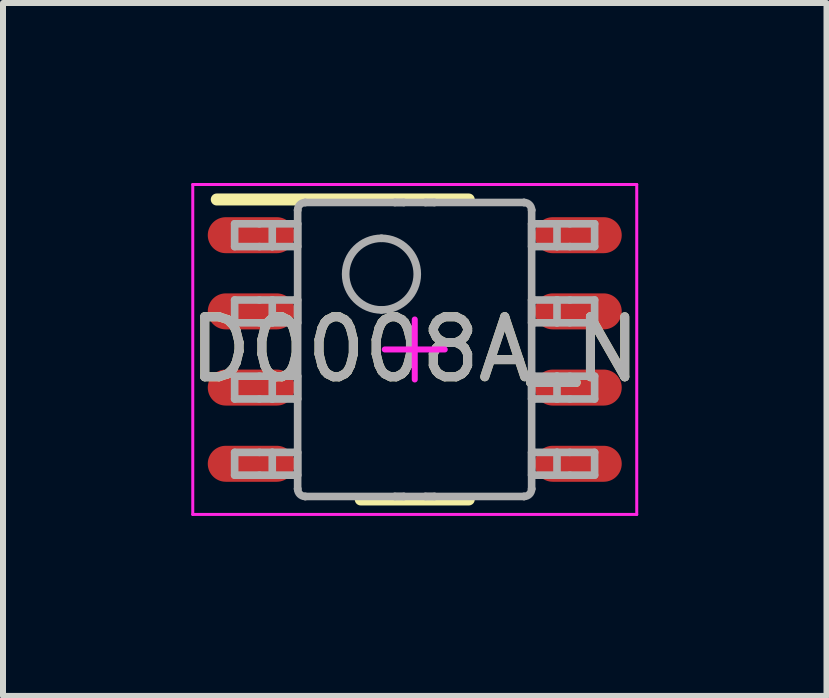
<source format=kicad_pcb>
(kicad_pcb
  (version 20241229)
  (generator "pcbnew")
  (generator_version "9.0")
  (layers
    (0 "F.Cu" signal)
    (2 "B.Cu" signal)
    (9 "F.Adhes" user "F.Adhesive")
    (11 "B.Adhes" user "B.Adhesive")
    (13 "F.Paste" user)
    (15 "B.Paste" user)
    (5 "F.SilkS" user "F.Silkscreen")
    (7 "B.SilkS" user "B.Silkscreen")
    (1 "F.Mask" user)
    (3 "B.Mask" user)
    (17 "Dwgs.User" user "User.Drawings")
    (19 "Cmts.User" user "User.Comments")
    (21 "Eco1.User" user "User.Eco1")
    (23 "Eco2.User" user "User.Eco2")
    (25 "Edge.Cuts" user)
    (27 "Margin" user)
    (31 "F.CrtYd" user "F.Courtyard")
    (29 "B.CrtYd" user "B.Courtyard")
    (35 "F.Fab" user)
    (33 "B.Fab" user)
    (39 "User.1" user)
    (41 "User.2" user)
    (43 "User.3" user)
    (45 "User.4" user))
  (footprint "D0008A_N"
    (layer "F.Cu")
    (at 3.863 2.775)
    (property "Reference" "D0008A_N" (at 0 0 0) (unlocked yes) (layer "F.SilkS") (effects (font (size 1 1) (thickness 0.15))))
    (attr smd)
    (fp_line (start -3.3 -2.5) (end 0.9 -2.5) (stroke (width 0.2) (type solid)) (layer "F.SilkS"))
    (fp_line (start -0.9 2.5) (end 0.9 2.5) (stroke (width 0.2) (type solid)) (layer "F.SilkS"))
    (fp_line (start -3.7 -2.75) (end 3.7 -2.75) (stroke (width 0.05) (type solid)) (layer "F.CrtYd"))
    (fp_line (start -3.7 2.75) (end -3.7 -2.75) (stroke (width 0.05) (type solid)) (layer "F.CrtYd"))
    (fp_line (start -3.7 2.75) (end 3.7 2.75) (stroke (width 0.05) (type solid)) (layer "F.CrtYd"))
    (fp_line (start -0.5 0) (end 0.5 0) (stroke (width 0.1) (type solid)) (layer "F.CrtYd"))
    (fp_line (start 0 0.5) (end 0 -0.5) (stroke (width 0.1) (type solid)) (layer "F.CrtYd"))
    (fp_line (start 3.7 2.75) (end 3.7 -2.75) (stroke (width 0.05) (type solid)) (layer "F.CrtYd"))
    (fp_line (start -3.002 -2.095) (end -2.589 -2.095) (stroke (width 0.127) (type solid)) (layer "F.Fab"))
    (fp_line (start -3.002 -1.715) (end -3.002 -2.095) (stroke (width 0.127) (type solid)) (layer "F.Fab"))
    (fp_line (start -3.002 -1.715) (end -2.589 -1.715) (stroke (width 0.127) (type solid)) (layer "F.Fab"))
    (fp_line (start -3.002 -0.825) (end -2.589 -0.825) (stroke (width 0.127) (type solid)) (layer "F.Fab"))
    (fp_line (start -3.002 -0.445) (end -3.002 -0.825) (stroke (width 0.127) (type solid)) (layer "F.Fab"))
    (fp_line (start -3.002 -0.445) (end -2.589 -0.445) (stroke (width 0.127) (type solid)) (layer "F.Fab"))
    (fp_line (start -3.002 0.445) (end -2.589 0.445) (stroke (width 0.127) (type solid)) (layer "F.Fab"))
    (fp_line (start -3.002 0.825) (end -3.002 0.445) (stroke (width 0.127) (type solid)) (layer "F.Fab"))
    (fp_line (start -3.002 0.825) (end -2.589 0.825) (stroke (width 0.127) (type solid)) (layer "F.Fab"))
    (fp_line (start -3.002 1.715) (end -2.589 1.715) (stroke (width 0.127) (type solid)) (layer "F.Fab"))
    (fp_line (start -3.002 2.095) (end -3.002 1.715) (stroke (width 0.127) (type solid)) (layer "F.Fab"))
    (fp_line (start -3.002 2.095) (end -2.589 2.095) (stroke (width 0.127) (type solid)) (layer "F.Fab"))
    (fp_line (start -2.589 -2.095) (end -2.375 -2.095) (stroke (width 0.127) (type solid)) (layer "F.Fab"))
    (fp_line (start -2.589 -1.715) (end -2.375 -1.715) (stroke (width 0.127) (type solid)) (layer "F.Fab"))
    (fp_line (start -2.589 -0.825) (end -2.375 -0.825) (stroke (width 0.127) (type solid)) (layer "F.Fab"))
    (fp_line (start -2.589 -0.445) (end -2.375 -0.445) (stroke (width 0.127) (type solid)) (layer "F.Fab"))
    (fp_line (start -2.589 0.445) (end -2.375 0.445) (stroke (width 0.127) (type solid)) (layer "F.Fab"))
    (fp_line (start -2.589 0.825) (end -2.375 0.825) (stroke (width 0.127) (type solid)) (layer "F.Fab"))
    (fp_line (start -2.589 1.715) (end -2.375 1.715) (stroke (width 0.127) (type solid)) (layer "F.Fab"))
    (fp_line (start -2.589 2.095) (end -2.375 2.095) (stroke (width 0.127) (type solid)) (layer "F.Fab"))
    (fp_line (start -2.375 -2.095) (end -1.995 -2.095) (stroke (width 0.127) (type solid)) (layer "F.Fab"))
    (fp_line (start -2.375 -1.715) (end -2.375 -2.095) (stroke (width 0.127) (type solid)) (layer "F.Fab"))
    (fp_line (start -2.375 -1.715) (end -1.995 -1.715) (stroke (width 0.127) (type solid)) (layer "F.Fab"))
    (fp_line (start -2.375 -0.825) (end -1.995 -0.825) (stroke (width 0.127) (type solid)) (layer "F.Fab"))
    (fp_line (start -2.375 -0.445) (end -2.375 -0.825) (stroke (width 0.127) (type solid)) (layer "F.Fab"))
    (fp_line (start -2.375 -0.445) (end -1.995 -0.445) (stroke (width 0.127) (type solid)) (layer "F.Fab"))
    (fp_line (start -2.375 0.445) (end -1.995 0.445) (stroke (width 0.127) (type solid)) (layer "F.Fab"))
    (fp_line (start -2.375 0.825) (end -2.375 0.445) (stroke (width 0.127) (type solid)) (layer "F.Fab"))
    (fp_line (start -2.375 0.825) (end -1.995 0.825) (stroke (width 0.127) (type solid)) (layer "F.Fab"))
    (fp_line (start -2.375 1.715) (end -1.995 1.715) (stroke (width 0.127) (type solid)) (layer "F.Fab"))
    (fp_line (start -2.375 2.095) (end -2.375 1.715) (stroke (width 0.127) (type solid)) (layer "F.Fab"))
    (fp_line (start -2.375 2.095) (end -1.995 2.095) (stroke (width 0.127) (type solid)) (layer "F.Fab"))
    (fp_line (start -1.995 -2.095) (end -1.952 -2.095) (stroke (width 0.127) (type solid)) (layer "F.Fab"))
    (fp_line (start -1.995 -1.715) (end -1.952 -1.715) (stroke (width 0.127) (type solid)) (layer "F.Fab"))
    (fp_line (start -1.995 -0.825) (end -1.952 -0.825) (stroke (width 0.127) (type solid)) (layer "F.Fab"))
    (fp_line (start -1.995 -0.445) (end -1.952 -0.445) (stroke (width 0.127) (type solid)) (layer "F.Fab"))
    (fp_line (start -1.995 0.445) (end -1.952 0.445) (stroke (width 0.127) (type solid)) (layer "F.Fab"))
    (fp_line (start -1.995 0.825) (end -1.952 0.825) (stroke (width 0.127) (type solid)) (layer "F.Fab"))
    (fp_line (start -1.995 1.715) (end -1.952 1.715) (stroke (width 0.127) (type solid)) (layer "F.Fab"))
    (fp_line (start -1.995 2.095) (end -1.952 2.095) (stroke (width 0.127) (type solid)) (layer "F.Fab"))
    (fp_line (start -1.952 -2.323) (end -1.952 -2.324) (stroke (width 0.127) (type solid)) (layer "F.Fab"))
    (fp_line (start -1.952 -1.715) (end -1.952 -2.095) (stroke (width 0.127) (type solid)) (layer "F.Fab"))
    (fp_line (start -1.952 -0.445) (end -1.952 -0.825) (stroke (width 0.127) (type solid)) (layer "F.Fab"))
    (fp_line (start -1.952 0.825) (end -1.952 0.445) (stroke (width 0.127) (type solid)) (layer "F.Fab"))
    (fp_line (start -1.952 2.095) (end -1.952 1.715) (stroke (width 0.127) (type solid)) (layer "F.Fab"))
    (fp_line (start -1.952 2.323) (end -1.952 -2.323) (stroke (width 0.127) (type solid)) (layer "F.Fab"))
    (fp_line (start -1.952 2.324) (end -1.952 2.323) (stroke (width 0.127) (type solid)) (layer "F.Fab"))
    (fp_line (start -1.826 -2.45) (end -1.825 -2.45) (stroke (width 0.127) (type solid)) (layer "F.Fab"))
    (fp_line (start -1.826 2.45) (end -1.825 2.45) (stroke (width 0.127) (type solid)) (layer "F.Fab"))
    (fp_line (start -1.825 -2.45) (end -0.332 -2.45) (stroke (width 0.127) (type solid)) (layer "F.Fab"))
    (fp_line (start -1.825 2.45) (end -0.332 2.45) (stroke (width 0.127) (type solid)) (layer "F.Fab"))
    (fp_line (start -0.332 -2.45) (end -0.182 -2.45) (stroke (width 0.127) (type solid)) (layer "F.Fab"))
    (fp_line (start -0.332 -2.45) (end -0.182 -2.45) (stroke (width 0.127) (type solid)) (layer "F.Fab"))
    (fp_line (start -0.332 2.45) (end -0.182 2.45) (stroke (width 0.127) (type solid)) (layer "F.Fab"))
    (fp_line (start -0.332 2.45) (end -0.182 2.45) (stroke (width 0.127) (type solid)) (layer "F.Fab"))
    (fp_line (start -0.182 -2.45) (end 0.178 -2.45) (stroke (width 0.127) (type solid)) (layer "F.Fab"))
    (fp_line (start -0.182 2.45) (end 0.178 2.45) (stroke (width 0.127) (type solid)) (layer "F.Fab"))
    (fp_line (start 0.178 -2.45) (end 0.328 -2.45) (stroke (width 0.127) (type solid)) (layer "F.Fab"))
    (fp_line (start 0.178 -2.45) (end 0.328 -2.45) (stroke (width 0.127) (type solid)) (layer "F.Fab"))
    (fp_line (start 0.178 2.45) (end 0.328 2.45) (stroke (width 0.127) (type solid)) (layer "F.Fab"))
    (fp_line (start 0.178 2.45) (end 0.328 2.45) (stroke (width 0.127) (type solid)) (layer "F.Fab"))
    (fp_line (start 0.328 -2.45) (end 1.821 -2.45) (stroke (width 0.127) (type solid)) (layer "F.Fab"))
    (fp_line (start 0.328 2.45) (end 1.821 2.45) (stroke (width 0.127) (type solid)) (layer "F.Fab"))
    (fp_line (start 1.821 -2.45) (end 1.822 -2.45) (stroke (width 0.127) (type solid)) (layer "F.Fab"))
    (fp_line (start 1.821 2.45) (end 1.822 2.45) (stroke (width 0.127) (type solid)) (layer "F.Fab"))
    (fp_line (start 1.948 -2.323) (end 1.948 -2.324) (stroke (width 0.127) (type solid)) (layer "F.Fab"))
    (fp_line (start 1.948 -2.095) (end 1.991 -2.095) (stroke (width 0.127) (type solid)) (layer "F.Fab"))
    (fp_line (start 1.948 -1.715) (end 1.948 -2.095) (stroke (width 0.127) (type solid)) (layer "F.Fab"))
    (fp_line (start 1.948 -1.715) (end 1.991 -1.715) (stroke (width 0.127) (type solid)) (layer "F.Fab"))
    (fp_line (start 1.948 -0.825) (end 1.991 -0.825) (stroke (width 0.127) (type solid)) (layer "F.Fab"))
    (fp_line (start 1.948 -0.445) (end 1.948 -0.825) (stroke (width 0.127) (type solid)) (layer "F.Fab"))
    (fp_line (start 1.948 -0.445) (end 1.991 -0.445) (stroke (width 0.127) (type solid)) (layer "F.Fab"))
    (fp_line (start 1.948 0.445) (end 1.991 0.445) (stroke (width 0.127) (type solid)) (layer "F.Fab"))
    (fp_line (start 1.948 0.825) (end 1.948 0.445) (stroke (width 0.127) (type solid)) (layer "F.Fab"))
    (fp_line (start 1.948 0.825) (end 1.991 0.825) (stroke (width 0.127) (type solid)) (layer "F.Fab"))
    (fp_line (start 1.948 1.715) (end 1.991 1.715) (stroke (width 0.127) (type solid)) (layer "F.Fab"))
    (fp_line (start 1.948 2.095) (end 1.948 1.715) (stroke (width 0.127) (type solid)) (layer "F.Fab"))
    (fp_line (start 1.948 2.095) (end 1.991 2.095) (stroke (width 0.127) (type solid)) (layer "F.Fab"))
    (fp_line (start 1.948 2.323) (end 1.948 -2.323) (stroke (width 0.127) (type solid)) (layer "F.Fab"))
    (fp_line (start 1.948 2.324) (end 1.948 2.323) (stroke (width 0.127) (type solid)) (layer "F.Fab"))
    (fp_line (start 1.991 -2.095) (end 2.371 -2.095) (stroke (width 0.127) (type solid)) (layer "F.Fab"))
    (fp_line (start 1.991 -1.715) (end 2.371 -1.715) (stroke (width 0.127) (type solid)) (layer "F.Fab"))
    (fp_line (start 1.991 -0.825) (end 2.371 -0.825) (stroke (width 0.127) (type solid)) (layer "F.Fab"))
    (fp_line (start 1.991 -0.445) (end 2.371 -0.445) (stroke (width 0.127) (type solid)) (layer "F.Fab"))
    (fp_line (start 1.991 0.445) (end 2.371 0.445) (stroke (width 0.127) (type solid)) (layer "F.Fab"))
    (fp_line (start 1.991 0.825) (end 2.371 0.825) (stroke (width 0.127) (type solid)) (layer "F.Fab"))
    (fp_line (start 1.991 1.715) (end 2.371 1.715) (stroke (width 0.127) (type solid)) (layer "F.Fab"))
    (fp_line (start 1.991 2.095) (end 2.371 2.095) (stroke (width 0.127) (type solid)) (layer "F.Fab"))
    (fp_line (start 2.371 -2.095) (end 2.585 -2.095) (stroke (width 0.127) (type solid)) (layer "F.Fab"))
    (fp_line (start 2.371 -1.715) (end 2.371 -2.095) (stroke (width 0.127) (type solid)) (layer "F.Fab"))
    (fp_line (start 2.371 -1.715) (end 2.585 -1.715) (stroke (width 0.127) (type solid)) (layer "F.Fab"))
    (fp_line (start 2.371 -0.825) (end 2.585 -0.825) (stroke (width 0.127) (type solid)) (layer "F.Fab"))
    (fp_line (start 2.371 -0.445) (end 2.371 -0.825) (stroke (width 0.127) (type solid)) (layer "F.Fab"))
    (fp_line (start 2.371 -0.445) (end 2.585 -0.445) (stroke (width 0.127) (type solid)) (layer "F.Fab"))
    (fp_line (start 2.371 0.445) (end 2.585 0.445) (stroke (width 0.127) (type solid)) (layer "F.Fab"))
    (fp_line (start 2.371 0.825) (end 2.371 0.445) (stroke (width 0.127) (type solid)) (layer "F.Fab"))
    (fp_line (start 2.371 0.825) (end 2.585 0.825) (stroke (width 0.127) (type solid)) (layer "F.Fab"))
    (fp_line (start 2.371 1.715) (end 2.585 1.715) (stroke (width 0.127) (type solid)) (layer "F.Fab"))
    (fp_line (start 2.371 2.095) (end 2.371 1.715) (stroke (width 0.127) (type solid)) (layer "F.Fab"))
    (fp_line (start 2.371 2.095) (end 2.585 2.095) (stroke (width 0.127) (type solid)) (layer "F.Fab"))
    (fp_line (start 2.585 -2.095) (end 2.998 -2.095) (stroke (width 0.127) (type solid)) (layer "F.Fab"))
    (fp_line (start 2.585 -1.715) (end 2.998 -1.715) (stroke (width 0.127) (type solid)) (layer "F.Fab"))
    (fp_line (start 2.585 -0.825) (end 2.998 -0.825) (stroke (width 0.127) (type solid)) (layer "F.Fab"))
    (fp_line (start 2.585 -0.445) (end 2.998 -0.445) (stroke (width 0.127) (type solid)) (layer "F.Fab"))
    (fp_line (start 2.585 0.445) (end 2.998 0.445) (stroke (width 0.127) (type solid)) (layer "F.Fab"))
    (fp_line (start 2.585 0.825) (end 2.998 0.825) (stroke (width 0.127) (type solid)) (layer "F.Fab"))
    (fp_line (start 2.585 1.715) (end 2.998 1.715) (stroke (width 0.127) (type solid)) (layer "F.Fab"))
    (fp_line (start 2.585 2.095) (end 2.998 2.095) (stroke (width 0.127) (type solid)) (layer "F.Fab"))
    (fp_line (start 2.998 -1.715) (end 2.998 -2.095) (stroke (width 0.127) (type solid)) (layer "F.Fab"))
    (fp_line (start 2.998 -0.445) (end 2.998 -0.825) (stroke (width 0.127) (type solid)) (layer "F.Fab"))
    (fp_line (start 2.998 0.825) (end 2.998 0.445) (stroke (width 0.127) (type solid)) (layer "F.Fab"))
    (fp_line (start 2.998 2.095) (end 2.998 1.715) (stroke (width 0.127) (type solid)) (layer "F.Fab"))
    (fp_arc (start -1.952002 -2.323941) (mid -1.914806 -2.412806) (end -1.825941 -2.450002) (stroke (width 0.127) (type solid)) (layer "F.Fab"))
    (fp_arc (start -1.825941 2.449992) (mid -1.914806 2.412795) (end -1.952002 2.323931) (stroke (width 0.127) (type solid)) (layer "F.Fab"))
    (fp_arc (start -0.555 -1.8531) (mid 0.0419 -1.2562) (end -0.555 -0.6593) (stroke (width 0.127) (type solid)) (layer "F.Fab"))
    (fp_arc (start -0.555 -0.6593) (mid -1.1519 -1.2562) (end -0.555 -1.8531) (stroke (width 0.127) (type solid)) (layer "F.Fab"))
    (fp_arc (start 1.821933 -2.450002) (mid 1.910797 -2.412806) (end 1.947994 -2.323941) (stroke (width 0.127) (type solid)) (layer "F.Fab"))
    (fp_arc (start 1.947994 2.323931) (mid 1.910797 2.412795) (end 1.821933 2.449992) (stroke (width 0.127) (type solid)) (layer "F.Fab"))
    (fp_text user "${REFERENCE}" (at 0 0 0) (unlocked yes) (layer "F.Fab") (effects (font (size 1 1) (thickness 0.15))))
    (pad "1" smd oval (at -2.725 -1.905 90) (size 0.6 1.45) (layers "F.Cu" "F.Mask" "F.Paste"))
    (pad "2" smd oval (at -2.725 -0.635 90) (size 0.6 1.45) (layers "F.Cu" "F.Mask" "F.Paste"))
    (pad "3" smd oval (at -2.725 0.635 90) (size 0.6 1.45) (layers "F.Cu" "F.Mask" "F.Paste"))
    (pad "4" smd oval (at -2.725 1.905 90) (size 0.6 1.45) (layers "F.Cu" "F.Mask" "F.Paste"))
    (pad "5" smd oval (at 2.725 1.905 90) (size 0.6 1.45) (layers "F.Cu" "F.Mask" "F.Paste"))
    (pad "6" smd oval (at 2.725 0.635 90) (size 0.6 1.45) (layers "F.Cu" "F.Mask" "F.Paste"))
    (pad "7" smd oval (at 2.725 -0.635 90) (size 0.6 1.45) (layers "F.Cu" "F.Mask" "F.Paste"))
    (pad "8" smd oval (at 2.725 -1.905 90) (size 0.6 1.45) (layers "F.Cu" "F.Mask" "F.Paste")))
  (gr_rect
    (start -3 -3)
    (end 10.726 8.55)
    (stroke (width 0.1) (type default))
    (fill no)
    (layer "Edge.Cuts")))
</source>
